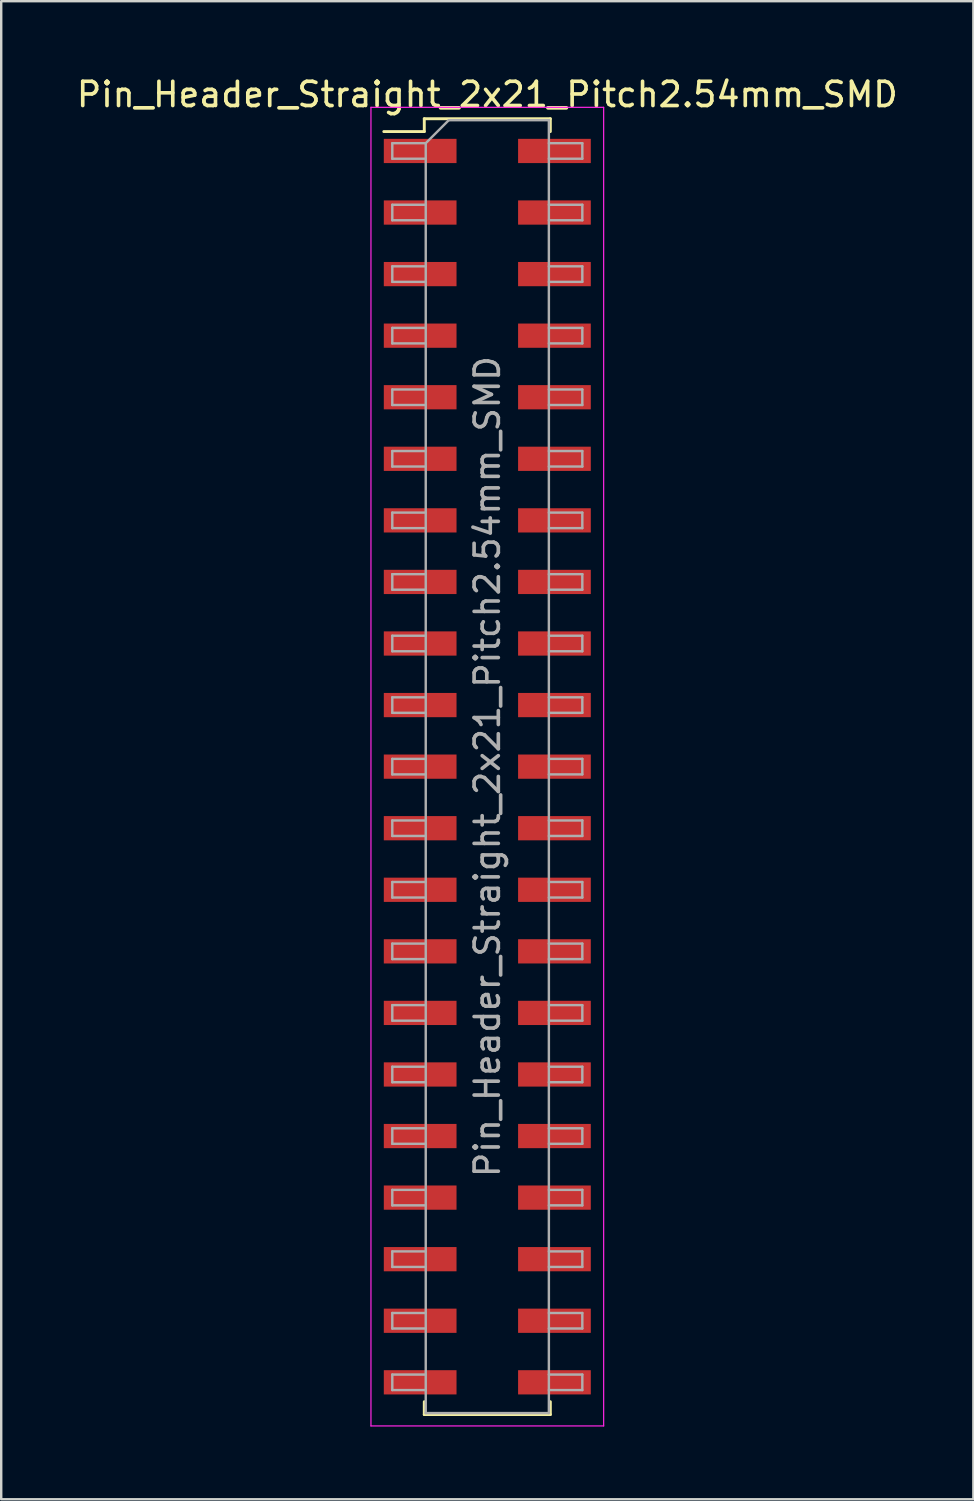
<source format=kicad_pcb>
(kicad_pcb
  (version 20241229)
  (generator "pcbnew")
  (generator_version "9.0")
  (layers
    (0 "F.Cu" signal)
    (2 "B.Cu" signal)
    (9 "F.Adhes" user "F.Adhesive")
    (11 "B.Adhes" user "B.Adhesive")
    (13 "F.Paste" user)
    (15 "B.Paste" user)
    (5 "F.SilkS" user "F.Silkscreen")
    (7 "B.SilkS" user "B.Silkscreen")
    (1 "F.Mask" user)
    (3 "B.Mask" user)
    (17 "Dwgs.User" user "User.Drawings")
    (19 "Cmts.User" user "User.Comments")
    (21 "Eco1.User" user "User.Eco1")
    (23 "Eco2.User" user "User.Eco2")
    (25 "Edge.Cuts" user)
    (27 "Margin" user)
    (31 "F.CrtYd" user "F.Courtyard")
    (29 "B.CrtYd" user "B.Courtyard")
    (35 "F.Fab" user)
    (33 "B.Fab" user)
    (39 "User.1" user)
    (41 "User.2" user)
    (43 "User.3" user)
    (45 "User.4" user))
  (footprint "Pin_Header_Straight_2x21_Pitch2.54mm_SMD"
    (layer "F.Cu")
    (at 17.054 28.578)
    (property "Reference" "Pin_Header_Straight_2x21_Pitch2.54mm_SMD" (at 0 -27.73 0) (layer "F.SilkS") (effects (font (size 1 1) (thickness 0.15))))
    (attr smd)
    (fp_line (start -4.27 -26.2) (end -2.6 -26.2) (stroke (width 0.12) (type solid)) (layer "F.SilkS"))
    (fp_line (start -2.6 -26.73) (end 2.6 -26.73) (stroke (width 0.12) (type solid)) (layer "F.SilkS"))
    (fp_line (start -2.6 -26.2) (end -2.6 -26.73) (stroke (width 0.12) (type solid)) (layer "F.SilkS"))
    (fp_line (start -2.6 26.2) (end -2.6 26.73) (stroke (width 0.12) (type solid)) (layer "F.SilkS"))
    (fp_line (start -2.6 26.73) (end 2.6 26.73) (stroke (width 0.12) (type solid)) (layer "F.SilkS"))
    (fp_line (start 2.6 -26.73) (end 2.6 -26.2) (stroke (width 0.12) (type solid)) (layer "F.SilkS"))
    (fp_line (start 2.6 26.73) (end 2.6 26.2) (stroke (width 0.12) (type solid)) (layer "F.SilkS"))
    (fp_line (start -4.8 -27.2) (end -4.8 27.2) (stroke (width 0.05) (type solid)) (layer "F.CrtYd"))
    (fp_line (start -4.8 27.2) (end 4.8 27.2) (stroke (width 0.05) (type solid)) (layer "F.CrtYd"))
    (fp_line (start 4.8 -27.2) (end -4.8 -27.2) (stroke (width 0.05) (type solid)) (layer "F.CrtYd"))
    (fp_line (start 4.8 27.2) (end 4.8 -27.2) (stroke (width 0.05) (type solid)) (layer "F.CrtYd"))
    (fp_line (start -3.92 -25.72) (end -3.92 -25.08) (stroke (width 0.1) (type solid)) (layer "F.Fab"))
    (fp_line (start -3.92 -25.08) (end -2.54 -25.08) (stroke (width 0.1) (type solid)) (layer "F.Fab"))
    (fp_line (start -3.92 -23.18) (end -3.92 -22.54) (stroke (width 0.1) (type solid)) (layer "F.Fab"))
    (fp_line (start -3.92 -22.54) (end -2.54 -22.54) (stroke (width 0.1) (type solid)) (layer "F.Fab"))
    (fp_line (start -3.92 -20.64) (end -3.92 -20) (stroke (width 0.1) (type solid)) (layer "F.Fab"))
    (fp_line (start -3.92 -20) (end -2.54 -20) (stroke (width 0.1) (type solid)) (layer "F.Fab"))
    (fp_line (start -3.92 -18.1) (end -3.92 -17.46) (stroke (width 0.1) (type solid)) (layer "F.Fab"))
    (fp_line (start -3.92 -17.46) (end -2.54 -17.46) (stroke (width 0.1) (type solid)) (layer "F.Fab"))
    (fp_line (start -3.92 -15.56) (end -3.92 -14.92) (stroke (width 0.1) (type solid)) (layer "F.Fab"))
    (fp_line (start -3.92 -14.92) (end -2.54 -14.92) (stroke (width 0.1) (type solid)) (layer "F.Fab"))
    (fp_line (start -3.92 -13.02) (end -3.92 -12.38) (stroke (width 0.1) (type solid)) (layer "F.Fab"))
    (fp_line (start -3.92 -12.38) (end -2.54 -12.38) (stroke (width 0.1) (type solid)) (layer "F.Fab"))
    (fp_line (start -3.92 -10.48) (end -3.92 -9.84) (stroke (width 0.1) (type solid)) (layer "F.Fab"))
    (fp_line (start -3.92 -9.84) (end -2.54 -9.84) (stroke (width 0.1) (type solid)) (layer "F.Fab"))
    (fp_line (start -3.92 -7.94) (end -3.92 -7.3) (stroke (width 0.1) (type solid)) (layer "F.Fab"))
    (fp_line (start -3.92 -7.3) (end -2.54 -7.3) (stroke (width 0.1) (type solid)) (layer "F.Fab"))
    (fp_line (start -3.92 -5.4) (end -3.92 -4.76) (stroke (width 0.1) (type solid)) (layer "F.Fab"))
    (fp_line (start -3.92 -4.76) (end -2.54 -4.76) (stroke (width 0.1) (type solid)) (layer "F.Fab"))
    (fp_line (start -3.92 -2.86) (end -3.92 -2.22) (stroke (width 0.1) (type solid)) (layer "F.Fab"))
    (fp_line (start -3.92 -2.22) (end -2.54 -2.22) (stroke (width 0.1) (type solid)) (layer "F.Fab"))
    (fp_line (start -3.92 -0.32) (end -3.92 0.32) (stroke (width 0.1) (type solid)) (layer "F.Fab"))
    (fp_line (start -3.92 0.32) (end -2.54 0.32) (stroke (width 0.1) (type solid)) (layer "F.Fab"))
    (fp_line (start -3.92 2.22) (end -3.92 2.86) (stroke (width 0.1) (type solid)) (layer "F.Fab"))
    (fp_line (start -3.92 2.86) (end -2.54 2.86) (stroke (width 0.1) (type solid)) (layer "F.Fab"))
    (fp_line (start -3.92 4.76) (end -3.92 5.4) (stroke (width 0.1) (type solid)) (layer "F.Fab"))
    (fp_line (start -3.92 5.4) (end -2.54 5.4) (stroke (width 0.1) (type solid)) (layer "F.Fab"))
    (fp_line (start -3.92 7.3) (end -3.92 7.94) (stroke (width 0.1) (type solid)) (layer "F.Fab"))
    (fp_line (start -3.92 7.94) (end -2.54 7.94) (stroke (width 0.1) (type solid)) (layer "F.Fab"))
    (fp_line (start -3.92 9.84) (end -3.92 10.48) (stroke (width 0.1) (type solid)) (layer "F.Fab"))
    (fp_line (start -3.92 10.48) (end -2.54 10.48) (stroke (width 0.1) (type solid)) (layer "F.Fab"))
    (fp_line (start -3.92 12.38) (end -3.92 13.02) (stroke (width 0.1) (type solid)) (layer "F.Fab"))
    (fp_line (start -3.92 13.02) (end -2.54 13.02) (stroke (width 0.1) (type solid)) (layer "F.Fab"))
    (fp_line (start -3.92 14.92) (end -3.92 15.56) (stroke (width 0.1) (type solid)) (layer "F.Fab"))
    (fp_line (start -3.92 15.56) (end -2.54 15.56) (stroke (width 0.1) (type solid)) (layer "F.Fab"))
    (fp_line (start -3.92 17.46) (end -3.92 18.1) (stroke (width 0.1) (type solid)) (layer "F.Fab"))
    (fp_line (start -3.92 18.1) (end -2.54 18.1) (stroke (width 0.1) (type solid)) (layer "F.Fab"))
    (fp_line (start -3.92 20) (end -3.92 20.64) (stroke (width 0.1) (type solid)) (layer "F.Fab"))
    (fp_line (start -3.92 20.64) (end -2.54 20.64) (stroke (width 0.1) (type solid)) (layer "F.Fab"))
    (fp_line (start -3.92 22.54) (end -3.92 23.18) (stroke (width 0.1) (type solid)) (layer "F.Fab"))
    (fp_line (start -3.92 23.18) (end -2.54 23.18) (stroke (width 0.1) (type solid)) (layer "F.Fab"))
    (fp_line (start -3.92 25.08) (end -3.92 25.72) (stroke (width 0.1) (type solid)) (layer "F.Fab"))
    (fp_line (start -3.92 25.72) (end -2.54 25.72) (stroke (width 0.1) (type solid)) (layer "F.Fab"))
    (fp_line (start -2.54 -25.72) (end -3.92 -25.72) (stroke (width 0.1) (type solid)) (layer "F.Fab"))
    (fp_line (start -2.54 -25.72) (end -1.59 -26.67) (stroke (width 0.1) (type solid)) (layer "F.Fab"))
    (fp_line (start -2.54 -23.18) (end -3.92 -23.18) (stroke (width 0.1) (type solid)) (layer "F.Fab"))
    (fp_line (start -2.54 -20.64) (end -3.92 -20.64) (stroke (width 0.1) (type solid)) (layer "F.Fab"))
    (fp_line (start -2.54 -18.1) (end -3.92 -18.1) (stroke (width 0.1) (type solid)) (layer "F.Fab"))
    (fp_line (start -2.54 -15.56) (end -3.92 -15.56) (stroke (width 0.1) (type solid)) (layer "F.Fab"))
    (fp_line (start -2.54 -13.02) (end -3.92 -13.02) (stroke (width 0.1) (type solid)) (layer "F.Fab"))
    (fp_line (start -2.54 -10.48) (end -3.92 -10.48) (stroke (width 0.1) (type solid)) (layer "F.Fab"))
    (fp_line (start -2.54 -7.94) (end -3.92 -7.94) (stroke (width 0.1) (type solid)) (layer "F.Fab"))
    (fp_line (start -2.54 -5.4) (end -3.92 -5.4) (stroke (width 0.1) (type solid)) (layer "F.Fab"))
    (fp_line (start -2.54 -2.86) (end -3.92 -2.86) (stroke (width 0.1) (type solid)) (layer "F.Fab"))
    (fp_line (start -2.54 -0.32) (end -3.92 -0.32) (stroke (width 0.1) (type solid)) (layer "F.Fab"))
    (fp_line (start -2.54 2.22) (end -3.92 2.22) (stroke (width 0.1) (type solid)) (layer "F.Fab"))
    (fp_line (start -2.54 4.76) (end -3.92 4.76) (stroke (width 0.1) (type solid)) (layer "F.Fab"))
    (fp_line (start -2.54 7.3) (end -3.92 7.3) (stroke (width 0.1) (type solid)) (layer "F.Fab"))
    (fp_line (start -2.54 9.84) (end -3.92 9.84) (stroke (width 0.1) (type solid)) (layer "F.Fab"))
    (fp_line (start -2.54 12.38) (end -3.92 12.38) (stroke (width 0.1) (type solid)) (layer "F.Fab"))
    (fp_line (start -2.54 14.92) (end -3.92 14.92) (stroke (width 0.1) (type solid)) (layer "F.Fab"))
    (fp_line (start -2.54 17.46) (end -3.92 17.46) (stroke (width 0.1) (type solid)) (layer "F.Fab"))
    (fp_line (start -2.54 20) (end -3.92 20) (stroke (width 0.1) (type solid)) (layer "F.Fab"))
    (fp_line (start -2.54 22.54) (end -3.92 22.54) (stroke (width 0.1) (type solid)) (layer "F.Fab"))
    (fp_line (start -2.54 25.08) (end -3.92 25.08) (stroke (width 0.1) (type solid)) (layer "F.Fab"))
    (fp_line (start -2.54 26.67) (end -2.54 -25.72) (stroke (width 0.1) (type solid)) (layer "F.Fab"))
    (fp_line (start -1.59 -26.67) (end 2.54 -26.67) (stroke (width 0.1) (type solid)) (layer "F.Fab"))
    (fp_line (start 2.54 -26.67) (end 2.54 26.67) (stroke (width 0.1) (type solid)) (layer "F.Fab"))
    (fp_line (start 2.54 -25.72) (end 3.92 -25.72) (stroke (width 0.1) (type solid)) (layer "F.Fab"))
    (fp_line (start 2.54 -23.18) (end 3.92 -23.18) (stroke (width 0.1) (type solid)) (layer "F.Fab"))
    (fp_line (start 2.54 -20.64) (end 3.92 -20.64) (stroke (width 0.1) (type solid)) (layer "F.Fab"))
    (fp_line (start 2.54 -18.1) (end 3.92 -18.1) (stroke (width 0.1) (type solid)) (layer "F.Fab"))
    (fp_line (start 2.54 -15.56) (end 3.92 -15.56) (stroke (width 0.1) (type solid)) (layer "F.Fab"))
    (fp_line (start 2.54 -13.02) (end 3.92 -13.02) (stroke (width 0.1) (type solid)) (layer "F.Fab"))
    (fp_line (start 2.54 -10.48) (end 3.92 -10.48) (stroke (width 0.1) (type solid)) (layer "F.Fab"))
    (fp_line (start 2.54 -7.94) (end 3.92 -7.94) (stroke (width 0.1) (type solid)) (layer "F.Fab"))
    (fp_line (start 2.54 -5.4) (end 3.92 -5.4) (stroke (width 0.1) (type solid)) (layer "F.Fab"))
    (fp_line (start 2.54 -2.86) (end 3.92 -2.86) (stroke (width 0.1) (type solid)) (layer "F.Fab"))
    (fp_line (start 2.54 -0.32) (end 3.92 -0.32) (stroke (width 0.1) (type solid)) (layer "F.Fab"))
    (fp_line (start 2.54 2.22) (end 3.92 2.22) (stroke (width 0.1) (type solid)) (layer "F.Fab"))
    (fp_line (start 2.54 4.76) (end 3.92 4.76) (stroke (width 0.1) (type solid)) (layer "F.Fab"))
    (fp_line (start 2.54 7.3) (end 3.92 7.3) (stroke (width 0.1) (type solid)) (layer "F.Fab"))
    (fp_line (start 2.54 9.84) (end 3.92 9.84) (stroke (width 0.1) (type solid)) (layer "F.Fab"))
    (fp_line (start 2.54 12.38) (end 3.92 12.38) (stroke (width 0.1) (type solid)) (layer "F.Fab"))
    (fp_line (start 2.54 14.92) (end 3.92 14.92) (stroke (width 0.1) (type solid)) (layer "F.Fab"))
    (fp_line (start 2.54 17.46) (end 3.92 17.46) (stroke (width 0.1) (type solid)) (layer "F.Fab"))
    (fp_line (start 2.54 20) (end 3.92 20) (stroke (width 0.1) (type solid)) (layer "F.Fab"))
    (fp_line (start 2.54 22.54) (end 3.92 22.54) (stroke (width 0.1) (type solid)) (layer "F.Fab"))
    (fp_line (start 2.54 25.08) (end 3.92 25.08) (stroke (width 0.1) (type solid)) (layer "F.Fab"))
    (fp_line (start 2.54 26.67) (end -2.54 26.67) (stroke (width 0.1) (type solid)) (layer "F.Fab"))
    (fp_line (start 3.92 -25.72) (end 3.92 -25.08) (stroke (width 0.1) (type solid)) (layer "F.Fab"))
    (fp_line (start 3.92 -25.08) (end 2.54 -25.08) (stroke (width 0.1) (type solid)) (layer "F.Fab"))
    (fp_line (start 3.92 -23.18) (end 3.92 -22.54) (stroke (width 0.1) (type solid)) (layer "F.Fab"))
    (fp_line (start 3.92 -22.54) (end 2.54 -22.54) (stroke (width 0.1) (type solid)) (layer "F.Fab"))
    (fp_line (start 3.92 -20.64) (end 3.92 -20) (stroke (width 0.1) (type solid)) (layer "F.Fab"))
    (fp_line (start 3.92 -20) (end 2.54 -20) (stroke (width 0.1) (type solid)) (layer "F.Fab"))
    (fp_line (start 3.92 -18.1) (end 3.92 -17.46) (stroke (width 0.1) (type solid)) (layer "F.Fab"))
    (fp_line (start 3.92 -17.46) (end 2.54 -17.46) (stroke (width 0.1) (type solid)) (layer "F.Fab"))
    (fp_line (start 3.92 -15.56) (end 3.92 -14.92) (stroke (width 0.1) (type solid)) (layer "F.Fab"))
    (fp_line (start 3.92 -14.92) (end 2.54 -14.92) (stroke (width 0.1) (type solid)) (layer "F.Fab"))
    (fp_line (start 3.92 -13.02) (end 3.92 -12.38) (stroke (width 0.1) (type solid)) (layer "F.Fab"))
    (fp_line (start 3.92 -12.38) (end 2.54 -12.38) (stroke (width 0.1) (type solid)) (layer "F.Fab"))
    (fp_line (start 3.92 -10.48) (end 3.92 -9.84) (stroke (width 0.1) (type solid)) (layer "F.Fab"))
    (fp_line (start 3.92 -9.84) (end 2.54 -9.84) (stroke (width 0.1) (type solid)) (layer "F.Fab"))
    (fp_line (start 3.92 -7.94) (end 3.92 -7.3) (stroke (width 0.1) (type solid)) (layer "F.Fab"))
    (fp_line (start 3.92 -7.3) (end 2.54 -7.3) (stroke (width 0.1) (type solid)) (layer "F.Fab"))
    (fp_line (start 3.92 -5.4) (end 3.92 -4.76) (stroke (width 0.1) (type solid)) (layer "F.Fab"))
    (fp_line (start 3.92 -4.76) (end 2.54 -4.76) (stroke (width 0.1) (type solid)) (layer "F.Fab"))
    (fp_line (start 3.92 -2.86) (end 3.92 -2.22) (stroke (width 0.1) (type solid)) (layer "F.Fab"))
    (fp_line (start 3.92 -2.22) (end 2.54 -2.22) (stroke (width 0.1) (type solid)) (layer "F.Fab"))
    (fp_line (start 3.92 -0.32) (end 3.92 0.32) (stroke (width 0.1) (type solid)) (layer "F.Fab"))
    (fp_line (start 3.92 0.32) (end 2.54 0.32) (stroke (width 0.1) (type solid)) (layer "F.Fab"))
    (fp_line (start 3.92 2.22) (end 3.92 2.86) (stroke (width 0.1) (type solid)) (layer "F.Fab"))
    (fp_line (start 3.92 2.86) (end 2.54 2.86) (stroke (width 0.1) (type solid)) (layer "F.Fab"))
    (fp_line (start 3.92 4.76) (end 3.92 5.4) (stroke (width 0.1) (type solid)) (layer "F.Fab"))
    (fp_line (start 3.92 5.4) (end 2.54 5.4) (stroke (width 0.1) (type solid)) (layer "F.Fab"))
    (fp_line (start 3.92 7.3) (end 3.92 7.94) (stroke (width 0.1) (type solid)) (layer "F.Fab"))
    (fp_line (start 3.92 7.94) (end 2.54 7.94) (stroke (width 0.1) (type solid)) (layer "F.Fab"))
    (fp_line (start 3.92 9.84) (end 3.92 10.48) (stroke (width 0.1) (type solid)) (layer "F.Fab"))
    (fp_line (start 3.92 10.48) (end 2.54 10.48) (stroke (width 0.1) (type solid)) (layer "F.Fab"))
    (fp_line (start 3.92 12.38) (end 3.92 13.02) (stroke (width 0.1) (type solid)) (layer "F.Fab"))
    (fp_line (start 3.92 13.02) (end 2.54 13.02) (stroke (width 0.1) (type solid)) (layer "F.Fab"))
    (fp_line (start 3.92 14.92) (end 3.92 15.56) (stroke (width 0.1) (type solid)) (layer "F.Fab"))
    (fp_line (start 3.92 15.56) (end 2.54 15.56) (stroke (width 0.1) (type solid)) (layer "F.Fab"))
    (fp_line (start 3.92 17.46) (end 3.92 18.1) (stroke (width 0.1) (type solid)) (layer "F.Fab"))
    (fp_line (start 3.92 18.1) (end 2.54 18.1) (stroke (width 0.1) (type solid)) (layer "F.Fab"))
    (fp_line (start 3.92 20) (end 3.92 20.64) (stroke (width 0.1) (type solid)) (layer "F.Fab"))
    (fp_line (start 3.92 20.64) (end 2.54 20.64) (stroke (width 0.1) (type solid)) (layer "F.Fab"))
    (fp_line (start 3.92 22.54) (end 3.92 23.18) (stroke (width 0.1) (type solid)) (layer "F.Fab"))
    (fp_line (start 3.92 23.18) (end 2.54 23.18) (stroke (width 0.1) (type solid)) (layer "F.Fab"))
    (fp_line (start 3.92 25.08) (end 3.92 25.72) (stroke (width 0.1) (type solid)) (layer "F.Fab"))
    (fp_line (start 3.92 25.72) (end 2.54 25.72) (stroke (width 0.1) (type solid)) (layer "F.Fab"))
    (fp_text user "${REFERENCE}" (at 0 0 90) (layer "F.Fab") (effects (font (size 1 1) (thickness 0.15))))
    (pad "1" smd rect (at -2.77 -25.4) (size 3 1) (layers "F.Cu" "F.Mask" "F.Paste"))
    (pad "2" smd rect (at 2.77 -25.4) (size 3 1) (layers "F.Cu" "F.Mask" "F.Paste"))
    (pad "3" smd rect (at -2.77 -22.86) (size 3 1) (layers "F.Cu" "F.Mask" "F.Paste"))
    (pad "4" smd rect (at 2.77 -22.86) (size 3 1) (layers "F.Cu" "F.Mask" "F.Paste"))
    (pad "5" smd rect (at -2.77 -20.32) (size 3 1) (layers "F.Cu" "F.Mask" "F.Paste"))
    (pad "6" smd rect (at 2.77 -20.32) (size 3 1) (layers "F.Cu" "F.Mask" "F.Paste"))
    (pad "7" smd rect (at -2.77 -17.78) (size 3 1) (layers "F.Cu" "F.Mask" "F.Paste"))
    (pad "8" smd rect (at 2.77 -17.78) (size 3 1) (layers "F.Cu" "F.Mask" "F.Paste"))
    (pad "9" smd rect (at -2.77 -15.24) (size 3 1) (layers "F.Cu" "F.Mask" "F.Paste"))
    (pad "10" smd rect (at 2.77 -15.24) (size 3 1) (layers "F.Cu" "F.Mask" "F.Paste"))
    (pad "11" smd rect (at -2.77 -12.7) (size 3 1) (layers "F.Cu" "F.Mask" "F.Paste"))
    (pad "12" smd rect (at 2.77 -12.7) (size 3 1) (layers "F.Cu" "F.Mask" "F.Paste"))
    (pad "13" smd rect (at -2.77 -10.16) (size 3 1) (layers "F.Cu" "F.Mask" "F.Paste"))
    (pad "14" smd rect (at 2.77 -10.16) (size 3 1) (layers "F.Cu" "F.Mask" "F.Paste"))
    (pad "15" smd rect (at -2.77 -7.62) (size 3 1) (layers "F.Cu" "F.Mask" "F.Paste"))
    (pad "16" smd rect (at 2.77 -7.62) (size 3 1) (layers "F.Cu" "F.Mask" "F.Paste"))
    (pad "17" smd rect (at -2.77 -5.08) (size 3 1) (layers "F.Cu" "F.Mask" "F.Paste"))
    (pad "18" smd rect (at 2.77 -5.08) (size 3 1) (layers "F.Cu" "F.Mask" "F.Paste"))
    (pad "19" smd rect (at -2.77 -2.54) (size 3 1) (layers "F.Cu" "F.Mask" "F.Paste"))
    (pad "20" smd rect (at 2.77 -2.54) (size 3 1) (layers "F.Cu" "F.Mask" "F.Paste"))
    (pad "21" smd rect (at -2.77 0) (size 3 1) (layers "F.Cu" "F.Mask" "F.Paste"))
    (pad "22" smd rect (at 2.77 0) (size 3 1) (layers "F.Cu" "F.Mask" "F.Paste"))
    (pad "23" smd rect (at -2.77 2.54) (size 3 1) (layers "F.Cu" "F.Mask" "F.Paste"))
    (pad "24" smd rect (at 2.77 2.54) (size 3 1) (layers "F.Cu" "F.Mask" "F.Paste"))
    (pad "25" smd rect (at -2.77 5.08) (size 3 1) (layers "F.Cu" "F.Mask" "F.Paste"))
    (pad "26" smd rect (at 2.77 5.08) (size 3 1) (layers "F.Cu" "F.Mask" "F.Paste"))
    (pad "27" smd rect (at -2.77 7.62) (size 3 1) (layers "F.Cu" "F.Mask" "F.Paste"))
    (pad "28" smd rect (at 2.77 7.62) (size 3 1) (layers "F.Cu" "F.Mask" "F.Paste"))
    (pad "29" smd rect (at -2.77 10.16) (size 3 1) (layers "F.Cu" "F.Mask" "F.Paste"))
    (pad "30" smd rect (at 2.77 10.16) (size 3 1) (layers "F.Cu" "F.Mask" "F.Paste"))
    (pad "31" smd rect (at -2.77 12.7) (size 3 1) (layers "F.Cu" "F.Mask" "F.Paste"))
    (pad "32" smd rect (at 2.77 12.7) (size 3 1) (layers "F.Cu" "F.Mask" "F.Paste"))
    (pad "33" smd rect (at -2.77 15.24) (size 3 1) (layers "F.Cu" "F.Mask" "F.Paste"))
    (pad "34" smd rect (at 2.77 15.24) (size 3 1) (layers "F.Cu" "F.Mask" "F.Paste"))
    (pad "35" smd rect (at -2.77 17.78) (size 3 1) (layers "F.Cu" "F.Mask" "F.Paste"))
    (pad "36" smd rect (at 2.77 17.78) (size 3 1) (layers "F.Cu" "F.Mask" "F.Paste"))
    (pad "37" smd rect (at -2.77 20.32) (size 3 1) (layers "F.Cu" "F.Mask" "F.Paste"))
    (pad "38" smd rect (at 2.77 20.32) (size 3 1) (layers "F.Cu" "F.Mask" "F.Paste"))
    (pad "39" smd rect (at -2.77 22.86) (size 3 1) (layers "F.Cu" "F.Mask" "F.Paste"))
    (pad "40" smd rect (at 2.77 22.86) (size 3 1) (layers "F.Cu" "F.Mask" "F.Paste"))
    (pad "41" smd rect (at -2.77 25.4) (size 3 1) (layers "F.Cu" "F.Mask" "F.Paste"))
    (pad "42" smd rect (at 2.77 25.4) (size 3 1) (layers "F.Cu" "F.Mask" "F.Paste")))
  (gr_rect
    (start -3 -3)
    (end 37.107 58.803)
    (stroke (width 0.1) (type default))
    (fill no)
    (layer "Edge.Cuts")))
</source>
